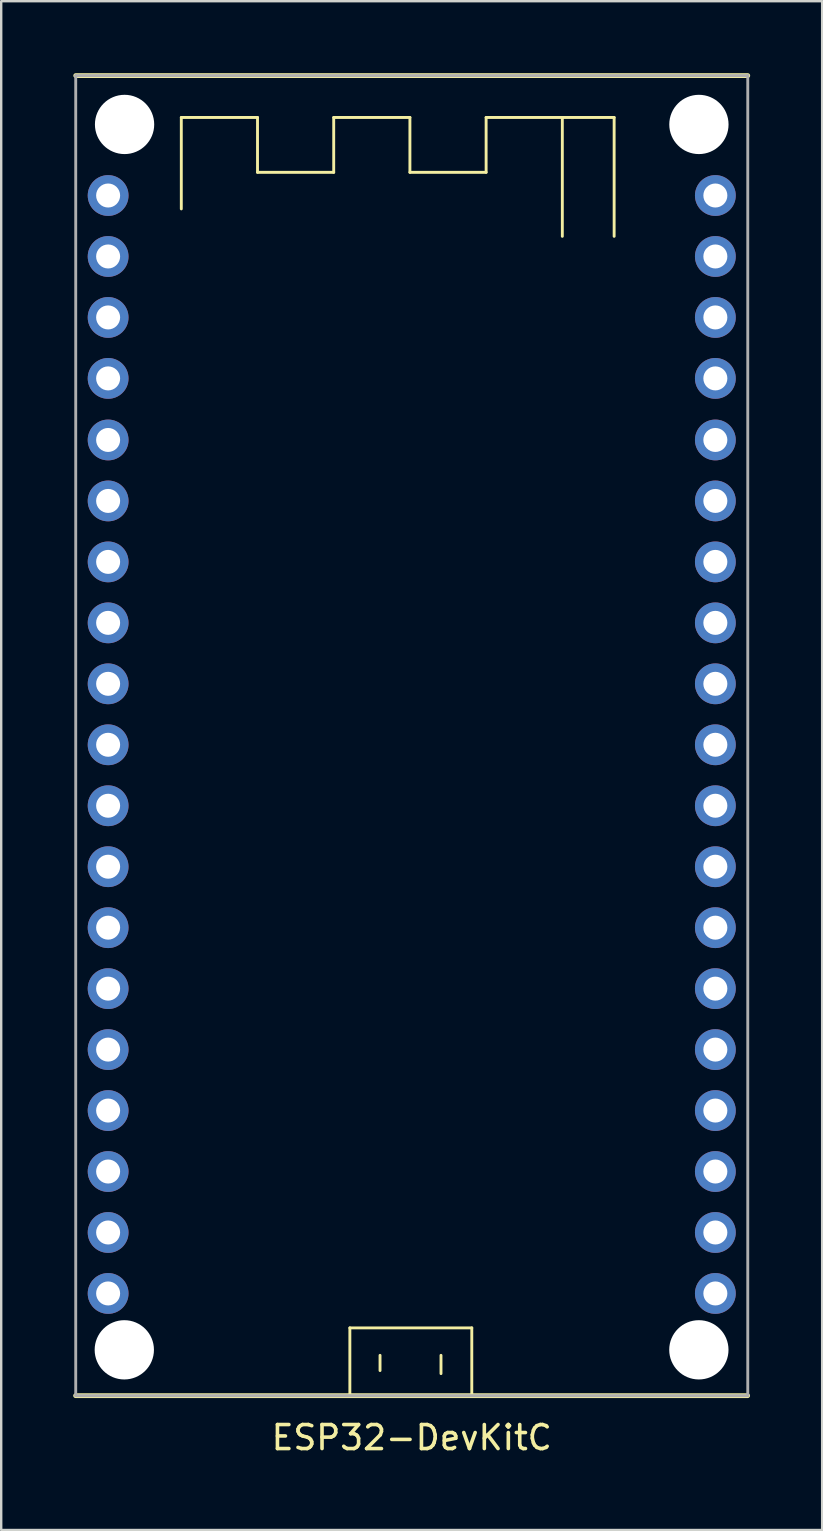
<source format=kicad_pcb>
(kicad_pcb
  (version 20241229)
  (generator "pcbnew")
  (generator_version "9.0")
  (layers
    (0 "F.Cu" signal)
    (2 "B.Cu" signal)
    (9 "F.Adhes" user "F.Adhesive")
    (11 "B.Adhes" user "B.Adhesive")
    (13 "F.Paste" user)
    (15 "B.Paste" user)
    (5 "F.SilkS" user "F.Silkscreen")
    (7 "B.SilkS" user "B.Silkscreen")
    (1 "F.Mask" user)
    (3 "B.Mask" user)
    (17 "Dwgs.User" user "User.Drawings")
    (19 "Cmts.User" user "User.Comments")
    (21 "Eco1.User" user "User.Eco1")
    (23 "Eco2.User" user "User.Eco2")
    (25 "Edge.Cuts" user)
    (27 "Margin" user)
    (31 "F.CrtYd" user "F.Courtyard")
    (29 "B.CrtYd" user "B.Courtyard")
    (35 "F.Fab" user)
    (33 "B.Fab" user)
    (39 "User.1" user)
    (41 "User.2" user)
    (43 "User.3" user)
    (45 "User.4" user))
  (footprint "ESP32-DevKitC"
    (layer "F.Cu")
    (at 14.105 27.6)
    (property "Reference" "ESP32-DevKitC" (at 0 29.248 0) (layer "F.SilkS") (effects (font (size 1 1) (thickness 0.15))))
    (attr through_hole)
    (fp_line (start -14.005 27.5) (end 13.995 27.5) (stroke (width 0.2) (type solid)) (layer "F.SilkS"))
    (fp_line (start -14 -27.5) (end 14 -27.5) (stroke (width 0.2) (type solid)) (layer "F.SilkS"))
    (fp_line (start -9.601 -25.756) (end -9.601 -21.946) (stroke (width 0.12) (type solid)) (layer "F.SilkS"))
    (fp_line (start -6.426 -25.756) (end -9.601 -25.756) (stroke (width 0.12) (type solid)) (layer "F.SilkS"))
    (fp_line (start -6.426 -23.47) (end -6.426 -25.756) (stroke (width 0.12) (type solid)) (layer "F.SilkS"))
    (fp_line (start -3.251 -25.756) (end -3.251 -23.47) (stroke (width 0.12) (type solid)) (layer "F.SilkS"))
    (fp_line (start -3.251 -23.47) (end -6.426 -23.47) (stroke (width 0.12) (type solid)) (layer "F.SilkS"))
    (fp_line (start -2.578 24.676) (end -2.578 27.508) (stroke (width 0.12) (type solid)) (layer "F.SilkS"))
    (fp_line (start -1.321 25.819) (end -1.321 26.454) (stroke (width 0.12) (type solid)) (layer "F.SilkS"))
    (fp_line (start -0.076 -25.756) (end -3.251 -25.756) (stroke (width 0.12) (type solid)) (layer "F.SilkS"))
    (fp_line (start -0.076 -23.47) (end -0.076 -25.756) (stroke (width 0.12) (type solid)) (layer "F.SilkS"))
    (fp_line (start 1.219 25.819) (end 1.219 26.581) (stroke (width 0.12) (type solid)) (layer "F.SilkS"))
    (fp_line (start 2.502 24.676) (end -2.578 24.676) (stroke (width 0.12) (type solid)) (layer "F.SilkS"))
    (fp_line (start 2.502 27.508) (end 2.502 24.676) (stroke (width 0.12) (type solid)) (layer "F.SilkS"))
    (fp_line (start 3.099 -25.756) (end 3.099 -23.47) (stroke (width 0.12) (type solid)) (layer "F.SilkS"))
    (fp_line (start 3.099 -23.47) (end -0.076 -23.47) (stroke (width 0.12) (type solid)) (layer "F.SilkS"))
    (fp_line (start 6.274 -25.756) (end 3.099 -25.756) (stroke (width 0.12) (type solid)) (layer "F.SilkS"))
    (fp_line (start 6.274 -25.756) (end 6.274 -20.803) (stroke (width 0.12) (type solid)) (layer "F.SilkS"))
    (fp_line (start 8.433 -25.756) (end 6.274 -25.756) (stroke (width 0.12) (type solid)) (layer "F.SilkS"))
    (fp_line (start 8.433 -20.803) (end 8.433 -25.756) (stroke (width 0.12) (type solid)) (layer "F.SilkS"))
    (fp_line (start -14 27.5) (end -14 -27.5) (stroke (width 0.12) (type solid)) (layer "F.Fab"))
    (fp_line (start 14 -27.5) (end -14 -27.5) (stroke (width 0.12) (type solid)) (layer "F.Fab"))
    (fp_line (start 14 27.5) (end -14 27.5) (stroke (width 0.12) (type solid)) (layer "F.Fab"))
    (fp_line (start 14 27.5) (end 14 -27.5) (stroke (width 0.12) (type solid)) (layer "F.Fab"))
    (pad "" np_thru_hole circle (at -11.976 25.59) (size 2.47 2.47) (drill 2.47) (layers "*.Cu" "*.Mask"))
    (pad "" np_thru_hole circle (at -11.965 -25.465) (size 2.47 2.47) (drill 2.47) (layers "*.Cu" "*.Mask"))
    (pad "" np_thru_hole circle (at 11.963 25.59) (size 2.47 2.47) (drill 2.47) (layers "*.Cu" "*.Mask"))
    (pad "" np_thru_hole circle (at 11.965 -25.465) (size 2.47 2.47) (drill 2.47) (layers "*.Cu" "*.Mask"))
    (pad "1" thru_hole circle (at -12.65 -22.504) (size 1.7 1.7) (drill 1) (layers "*.Cu" "*.Mask"))
    (pad "2" thru_hole circle (at -12.65 -19.964) (size 1.7 1.7) (drill 1) (layers "*.Cu" "*.Mask"))
    (pad "3" thru_hole circle (at -12.65 -17.424) (size 1.7 1.7) (drill 1) (layers "*.Cu" "*.Mask"))
    (pad "4" thru_hole circle (at -12.65 -14.884) (size 1.7 1.7) (drill 1) (layers "*.Cu" "*.Mask"))
    (pad "5" thru_hole circle (at -12.65 -12.319) (size 1.7 1.7) (drill 1) (layers "*.Cu" "*.Mask"))
    (pad "6" thru_hole circle (at -12.65 -9.779) (size 1.7 1.7) (drill 1) (layers "*.Cu" "*.Mask"))
    (pad "7" thru_hole circle (at -12.65 -7.239) (size 1.7 1.7) (drill 1) (layers "*.Cu" "*.Mask"))
    (pad "8" thru_hole circle (at -12.65 -4.699) (size 1.7 1.7) (drill 1) (layers "*.Cu" "*.Mask"))
    (pad "9" thru_hole circle (at -12.65 -2.159) (size 1.7 1.7) (drill 1) (layers "*.Cu" "*.Mask"))
    (pad "10" thru_hole circle (at -12.65 0.381) (size 1.7 1.7) (drill 1) (layers "*.Cu" "*.Mask"))
    (pad "11" thru_hole circle (at -12.65 2.921) (size 1.7 1.7) (drill 1) (layers "*.Cu" "*.Mask"))
    (pad "12" thru_hole circle (at -12.65 5.461) (size 1.7 1.7) (drill 1) (layers "*.Cu" "*.Mask"))
    (pad "13" thru_hole circle (at -12.65 8.001) (size 1.7 1.7) (drill 1) (layers "*.Cu" "*.Mask"))
    (pad "14" thru_hole circle (at -12.65 10.541) (size 1.7 1.7) (drill 1) (layers "*.Cu" "*.Mask"))
    (pad "15" thru_hole circle (at -12.65 13.081) (size 1.7 1.7) (drill 1) (layers "*.Cu" "*.Mask"))
    (pad "16" thru_hole circle (at -12.65 15.621) (size 1.7 1.7) (drill 1) (layers "*.Cu" "*.Mask"))
    (pad "17" thru_hole circle (at -12.65 18.161) (size 1.7 1.7) (drill 1) (layers "*.Cu" "*.Mask"))
    (pad "18" thru_hole circle (at -12.65 20.701) (size 1.7 1.7) (drill 1) (layers "*.Cu" "*.Mask"))
    (pad "19" thru_hole circle (at -12.65 23.241) (size 1.7 1.7) (drill 1) (layers "*.Cu" "*.Mask"))
    (pad "20" thru_hole circle (at 12.65 23.241) (size 1.7 1.7) (drill 1) (layers "*.Cu" "*.Mask"))
    (pad "21" thru_hole circle (at 12.65 20.701) (size 1.7 1.7) (drill 1) (layers "*.Cu" "*.Mask"))
    (pad "22" thru_hole circle (at 12.65 18.161) (size 1.7 1.7) (drill 1) (layers "*.Cu" "*.Mask"))
    (pad "23" thru_hole circle (at 12.65 15.621) (size 1.7 1.7) (drill 1) (layers "*.Cu" "*.Mask"))
    (pad "24" thru_hole circle (at 12.65 13.081) (size 1.7 1.7) (drill 1) (layers "*.Cu" "*.Mask"))
    (pad "25" thru_hole circle (at 12.65 10.541) (size 1.7 1.7) (drill 1) (layers "*.Cu" "*.Mask"))
    (pad "26" thru_hole circle (at 12.65 8.001) (size 1.7 1.7) (drill 1) (layers "*.Cu" "*.Mask"))
    (pad "27" thru_hole circle (at 12.65 5.461) (size 1.7 1.7) (drill 1) (layers "*.Cu" "*.Mask"))
    (pad "28" thru_hole circle (at 12.65 2.921) (size 1.7 1.7) (drill 1) (layers "*.Cu" "*.Mask"))
    (pad "29" thru_hole circle (at 12.65 0.381) (size 1.7 1.7) (drill 1) (layers "*.Cu" "*.Mask"))
    (pad "30" thru_hole circle (at 12.65 -2.159) (size 1.7 1.7) (drill 1) (layers "*.Cu" "*.Mask"))
    (pad "31" thru_hole circle (at 12.65 -4.699) (size 1.7 1.7) (drill 1) (layers "*.Cu" "*.Mask"))
    (pad "32" thru_hole circle (at 12.65 -7.239) (size 1.7 1.7) (drill 1) (layers "*.Cu" "*.Mask"))
    (pad "33" thru_hole circle (at 12.65 -9.779) (size 1.7 1.7) (drill 1) (layers "*.Cu" "*.Mask"))
    (pad "34" thru_hole circle (at 12.65 -12.319) (size 1.7 1.7) (drill 1) (layers "*.Cu" "*.Mask"))
    (pad "35" thru_hole circle (at 12.65 -14.884) (size 1.7 1.7) (drill 1) (layers "*.Cu" "*.Mask"))
    (pad "36" thru_hole circle (at 12.65 -17.424) (size 1.7 1.7) (drill 1) (layers "*.Cu" "*.Mask"))
    (pad "37" thru_hole circle (at 12.65 -19.964) (size 1.7 1.7) (drill 1) (layers "*.Cu" "*.Mask"))
    (pad "38" thru_hole circle (at 12.65 -22.504) (size 1.7 1.7) (drill 1) (layers "*.Cu" "*.Mask")))
  (gr_rect
    (start -3 -3)
    (end 31.205 60.696)
    (stroke (width 0.1) (type default))
    (fill no)
    (layer "Edge.Cuts")))
</source>
